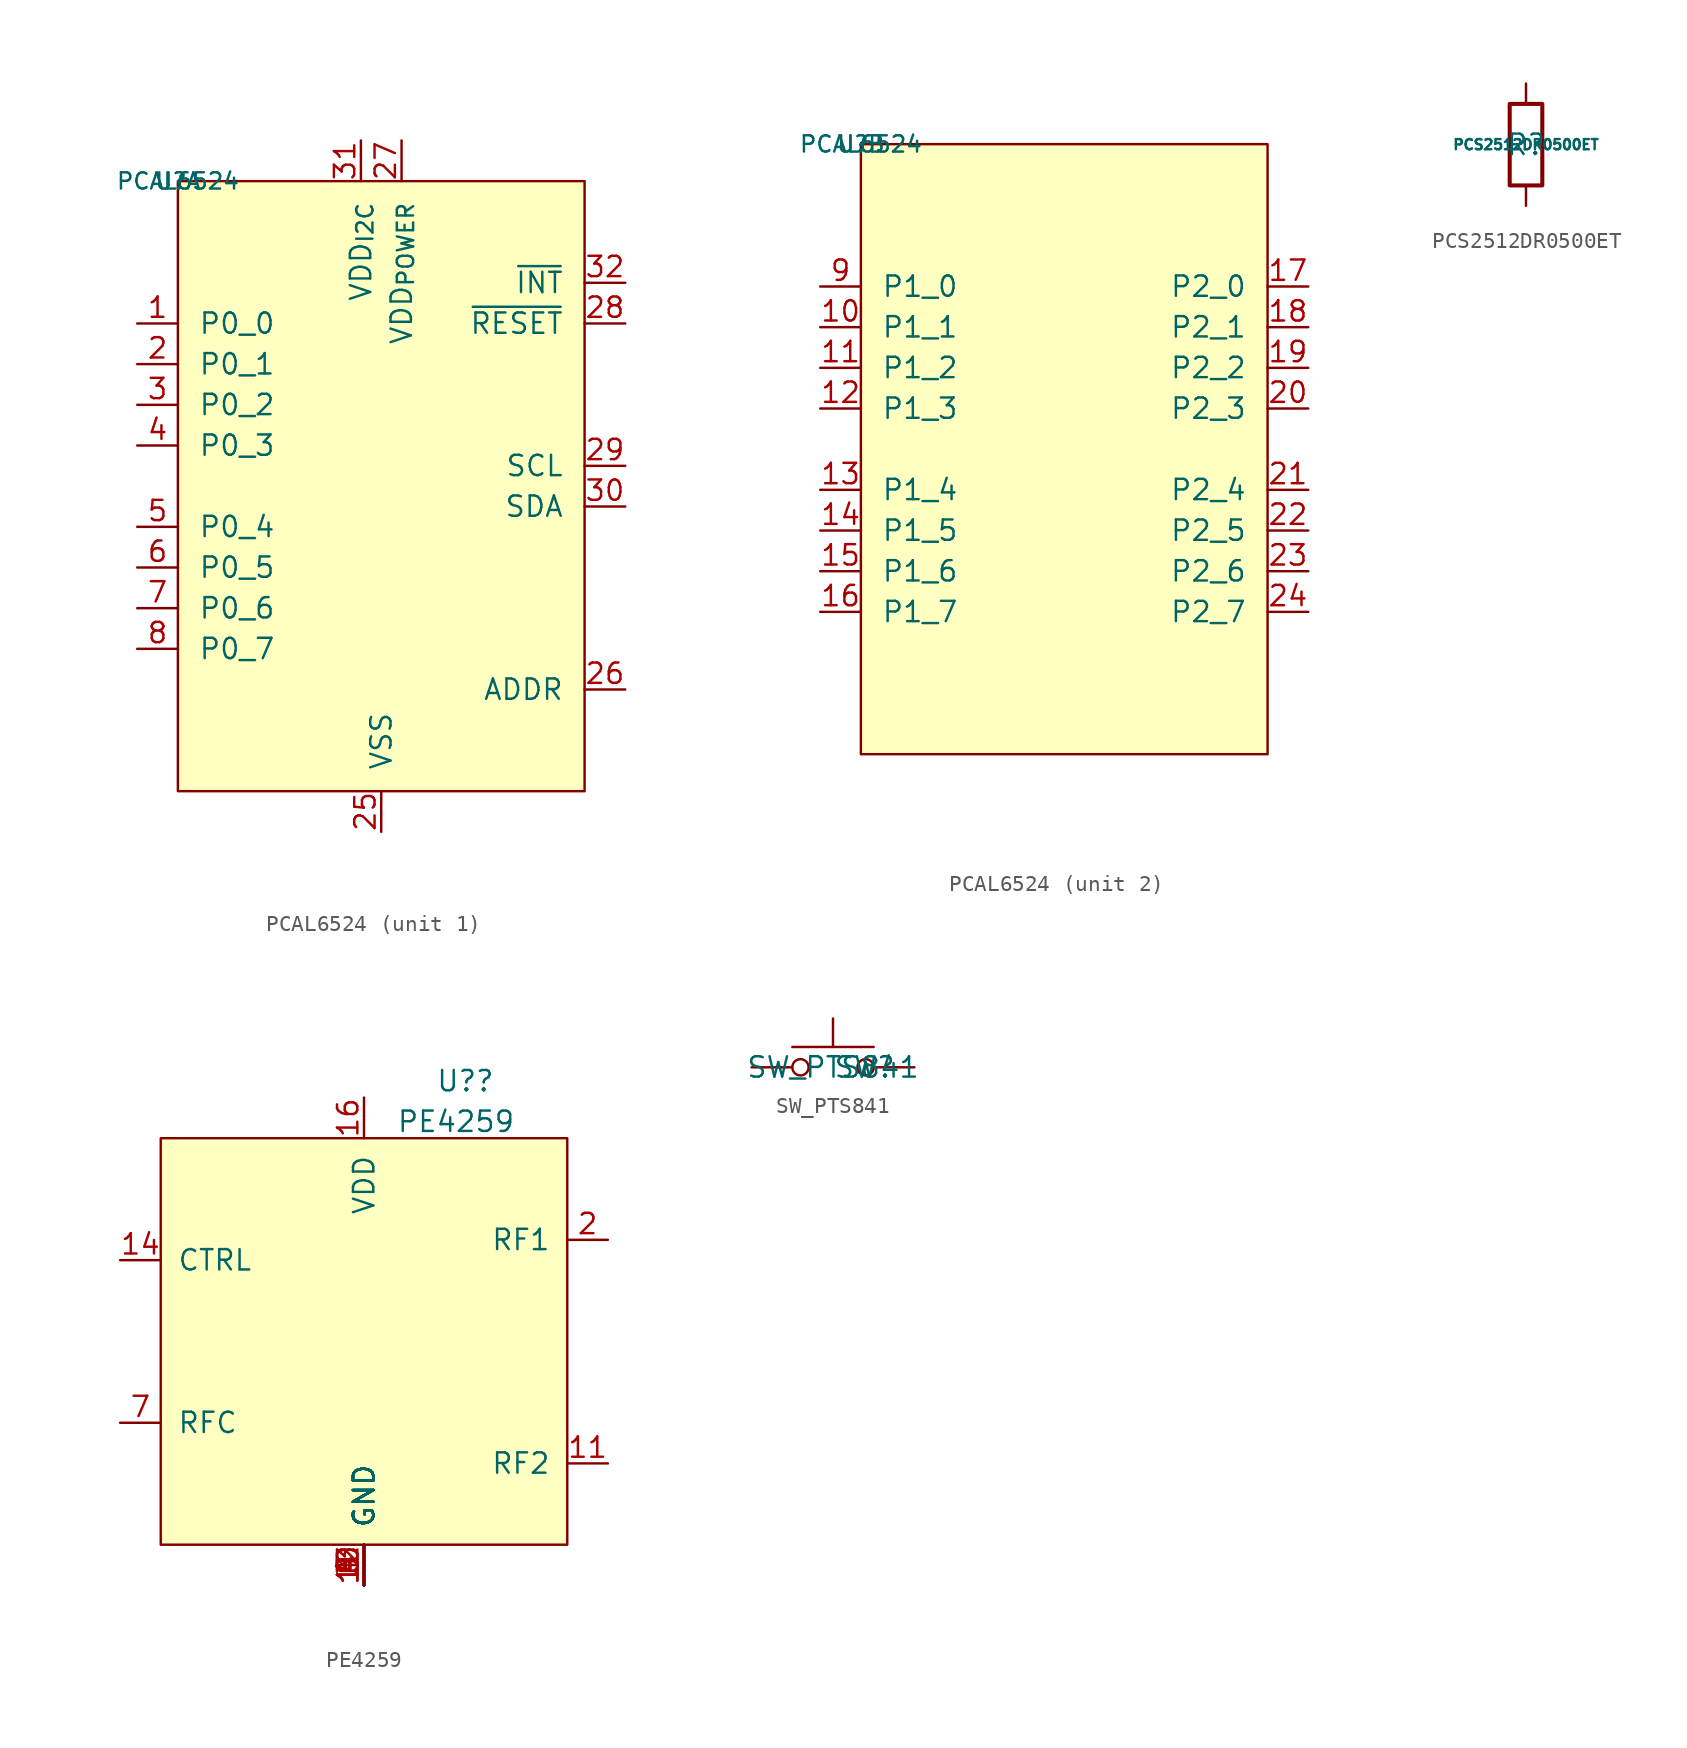
<source format=kicad_sym>
(kicad_symbol_lib
  (version 20211014)
  (generator kicad_symbol_editor)
  (symbol "PCAL6524"
    (pin_names
      (offset 1.27))
    (property "Reference" "U"
      (at 0 0 0)
      (effects (font (size 1.016 1.016))))
    (property "Value" "PCAL6524"
      (at 0 0 0)
      (effects (font (size 1.016 1.016))))
    (property "ki_locked" ""
      (at 0 0 0)
      (effects (font (size 1.27 1.27))))
    (symbol "PCAL6524_0_0"
      (pin bidirectional line (at 12.7 -40.64 90) (length 2.54) hide (name "VSS" (effects (font (size 1.27 1.27)))) (number "EPAD" (effects (font (size 1.27 1.27))))))
    (symbol "PCAL6524_0_1"
      (rectangle (start 0 0) (end 25.4 -38.1) (stroke (width 0) (type default) (color 0 0 0 0)) (fill (type background))))
    (symbol "PCAL6524_1_1"
      (pin bidirectional line (at -2.54 -8.89 0) (length 2.54) (name "P0_0" (effects (font (size 1.27 1.27)))) (number "1" (effects (font (size 1.27 1.27)))))
      (pin bidirectional line (at -2.54 -11.43 0) (length 2.54) (name "P0_1" (effects (font (size 1.27 1.27)))) (number "2" (effects (font (size 1.27 1.27)))))
      (pin power_in line (at 12.7 -40.64 90) (length 2.54) (name "VSS" (effects (font (size 1.27 1.27)))) (number "25" (effects (font (size 1.27 1.27)))))
      (pin passive line (at 27.94 -31.75 180) (length 2.54) (name "ADDR" (effects (font (size 1.27 1.27)))) (number "26" (effects (font (size 1.27 1.27)))))
      (pin power_in line (at 13.97 2.54 270) (length 2.54) (name "VDD_{POWER}" (effects (font (size 1.27 1.27)))) (number "27" (effects (font (size 1.27 1.27)))))
      (pin input line (at 27.94 -8.89 180) (length 2.54) (name "~{RESET}" (effects (font (size 1.27 1.27)))) (number "28" (effects (font (size 1.27 1.27)))))
      (pin input line (at 27.94 -17.78 180) (length 2.54) (name "SCL" (effects (font (size 1.27 1.27)))) (number "29" (effects (font (size 1.27 1.27)))))
      (pin bidirectional line (at -2.54 -13.97 0) (length 2.54) (name "P0_2" (effects (font (size 1.27 1.27)))) (number "3" (effects (font (size 1.27 1.27)))))
      (pin bidirectional line (at 27.94 -20.32 180) (length 2.54) (name "SDA" (effects (font (size 1.27 1.27)))) (number "30" (effects (font (size 1.27 1.27)))))
      (pin input line (at 11.43 2.54 270) (length 2.54) (name "VDD_{I2C}" (effects (font (size 1.27 1.27)))) (number "31" (effects (font (size 1.27 1.27)))))
      (pin output line (at 27.94 -6.35 180) (length 2.54) (name "~{INT}" (effects (font (size 1.27 1.27)))) (number "32" (effects (font (size 1.27 1.27)))))
      (pin bidirectional line (at -2.54 -16.51 0) (length 2.54) (name "P0_3" (effects (font (size 1.27 1.27)))) (number "4" (effects (font (size 1.27 1.27)))))
      (pin bidirectional line (at -2.54 -21.59 0) (length 2.54) (name "P0_4" (effects (font (size 1.27 1.27)))) (number "5" (effects (font (size 1.27 1.27)))))
      (pin bidirectional line (at -2.54 -24.13 0) (length 2.54) (name "P0_5" (effects (font (size 1.27 1.27)))) (number "6" (effects (font (size 1.27 1.27)))))
      (pin bidirectional line (at -2.54 -26.67 0) (length 2.54) (name "P0_6" (effects (font (size 1.27 1.27)))) (number "7" (effects (font (size 1.27 1.27)))))
      (pin bidirectional line (at -2.54 -29.21 0) (length 2.54) (name "P0_7" (effects (font (size 1.27 1.27)))) (number "8" (effects (font (size 1.27 1.27))))))
    (symbol "PCAL6524_2_1"
      (pin bidirectional line (at -2.54 -11.43 0) (length 2.54) (name "P1_1" (effects (font (size 1.27 1.27)))) (number "10" (effects (font (size 1.27 1.27)))))
      (pin bidirectional line (at -2.54 -13.97 0) (length 2.54) (name "P1_2" (effects (font (size 1.27 1.27)))) (number "11" (effects (font (size 1.27 1.27)))))
      (pin bidirectional line (at -2.54 -16.51 0) (length 2.54) (name "P1_3" (effects (font (size 1.27 1.27)))) (number "12" (effects (font (size 1.27 1.27)))))
      (pin bidirectional line (at -2.54 -21.59 0) (length 2.54) (name "P1_4" (effects (font (size 1.27 1.27)))) (number "13" (effects (font (size 1.27 1.27)))))
      (pin bidirectional line (at -2.54 -24.13 0) (length 2.54) (name "P1_5" (effects (font (size 1.27 1.27)))) (number "14" (effects (font (size 1.27 1.27)))))
      (pin bidirectional line (at -2.54 -26.67 0) (length 2.54) (name "P1_6" (effects (font (size 1.27 1.27)))) (number "15" (effects (font (size 1.27 1.27)))))
      (pin bidirectional line (at -2.54 -29.21 0) (length 2.54) (name "P1_7" (effects (font (size 1.27 1.27)))) (number "16" (effects (font (size 1.27 1.27)))))
      (pin bidirectional line (at 27.94 -8.89 180) (length 2.54) (name "P2_0" (effects (font (size 1.27 1.27)))) (number "17" (effects (font (size 1.27 1.27)))))
      (pin bidirectional line (at 27.94 -11.43 180) (length 2.54) (name "P2_1" (effects (font (size 1.27 1.27)))) (number "18" (effects (font (size 1.27 1.27)))))
      (pin bidirectional line (at 27.94 -13.97 180) (length 2.54) (name "P2_2" (effects (font (size 1.27 1.27)))) (number "19" (effects (font (size 1.27 1.27)))))
      (pin bidirectional line (at 27.94 -16.51 180) (length 2.54) (name "P2_3" (effects (font (size 1.27 1.27)))) (number "20" (effects (font (size 1.27 1.27)))))
      (pin bidirectional line (at 27.94 -21.59 180) (length 2.54) (name "P2_4" (effects (font (size 1.27 1.27)))) (number "21" (effects (font (size 1.27 1.27)))))
      (pin bidirectional line (at 27.94 -24.13 180) (length 2.54) (name "P2_5" (effects (font (size 1.27 1.27)))) (number "22" (effects (font (size 1.27 1.27)))))
      (pin bidirectional line (at 27.94 -26.67 180) (length 2.54) (name "P2_6" (effects (font (size 1.27 1.27)))) (number "23" (effects (font (size 1.27 1.27)))))
      (pin bidirectional line (at 27.94 -29.21 180) (length 2.54) (name "P2_7" (effects (font (size 1.27 1.27)))) (number "24" (effects (font (size 1.27 1.27)))))
      (pin bidirectional line (at -2.54 -8.89 0) (length 2.54) (name "P1_0" (effects (font (size 1.27 1.27)))) (number "9" (effects (font (size 1.27 1.27)))))))
  (symbol "PCS2512DR0500ET"
    (pin_numbers hide)
    (pin_names
      (offset 1.27))
    (property "Reference" "R"
      (at 0 0 0)
      (effects (font (size 1.27 1.27))))
    (property "Value" "PCS2512DR0500ET"
      (at 0 0 0)
      (effects (font (size 0.635 0.635))))
    (symbol "PCS2512DR0500ET_0_1"
      (rectangle (start -1.016 -2.54) (end 1.016 2.54) (stroke (width 0.254) (type default) (color 0 0 0 0)) (fill (type none))))
    (symbol "PCS2512DR0500ET_1_1"
      (pin passive line (at 0 3.81 270) (length 1.27) (name "~" (effects (font (size 1.27 1.27)))) (number "1" (effects (font (size 1.27 1.27)))))
      (pin passive line (at 0 -3.81 90) (length 1.27) (name "~" (effects (font (size 1.27 1.27)))) (number "2" (effects (font (size 1.27 1.27)))))))
  (symbol "PE4259"
    (pin_names
      (offset 1.016))
    (property "Reference" "U?"
      (at 19.032 -34.527 0)
      (effects (font (size 1.27 1.27))))
    (property "Value" "PE4259"
      (at 14.719 -37.064 0)
      (effects (font (size 1.27 1.27)) (justify left)))
    (symbol "PE4259_0_1"
      (rectangle (start 0 -38.1) (end 25.4 -63.5) (stroke (width 0) (type default) (color 0 0 0 0)) (fill (type background))))
    (symbol "PE4259_1_1"
      (pin power_in line (at 12.7 -66.04 90) (length 2.54) (name "GND" (effects (font (size 1.27 1.27)))) (number "1" (effects (font (size 1.27 1.27)))))
      (pin power_in line (at 12.7 -66.04 90) (length 2.54) (name "GND" (effects (font (size 1.27 1.27)))) (number "10" (effects (font (size 1.27 1.27)))))
      (pin passive line (at 27.94 -58.42 180) (length 2.54) (name "RF2" (effects (font (size 1.27 1.27)))) (number "11" (effects (font (size 1.27 1.27)))))
      (pin power_in line (at 12.7 -66.04 90) (length 2.54) (name "GND" (effects (font (size 1.27 1.27)))) (number "12" (effects (font (size 1.27 1.27)))))
      (pin power_in line (at 12.7 -66.04 90) (length 2.54) (name "GND" (effects (font (size 1.27 1.27)))) (number "13" (effects (font (size 1.27 1.27)))))
      (pin input line (at -2.54 -45.72 0) (length 2.54) (name "CTRL" (effects (font (size 1.27 1.27)))) (number "14" (effects (font (size 1.27 1.27)))))
      (pin power_in line (at 12.7 -35.56 270) (length 2.54) (name "VDD" (effects (font (size 1.27 1.27)))) (number "16" (effects (font (size 1.27 1.27)))))
      (pin power_in line (at 12.7 -66.04 90) (length 2.54) hide (name "GND" (effects (font (size 1.27 1.27)))) (number "17" (effects (font (size 1.27 1.27)))))
      (pin passive line (at 27.94 -44.45 180) (length 2.54) (name "RF1" (effects (font (size 1.27 1.27)))) (number "2" (effects (font (size 1.27 1.27)))))
      (pin power_in line (at 12.7 -66.04 90) (length 2.54) (name "GND" (effects (font (size 1.27 1.27)))) (number "3" (effects (font (size 1.27 1.27)))))
      (pin power_in line (at 12.7 -66.04 90) (length 2.54) (name "GND" (effects (font (size 1.27 1.27)))) (number "4" (effects (font (size 1.27 1.27)))))
      (pin power_in line (at 12.7 -66.04 90) (length 2.54) (name "GND" (effects (font (size 1.27 1.27)))) (number "5" (effects (font (size 1.27 1.27)))))
      (pin power_in line (at 12.7 -66.04 90) (length 2.54) (name "GND" (effects (font (size 1.27 1.27)))) (number "6" (effects (font (size 1.27 1.27)))))
      (pin passive line (at -2.54 -55.88 0) (length 2.54) (name "RFC" (effects (font (size 1.27 1.27)))) (number "7" (effects (font (size 1.27 1.27)))))
      (pin power_in line (at 12.7 -66.04 90) (length 2.54) (name "GND" (effects (font (size 1.27 1.27)))) (number "8" (effects (font (size 1.27 1.27)))))
      (pin power_in line (at 12.7 -66.04 90) (length 2.54) (name "GND" (effects (font (size 1.27 1.27)))) (number "9" (effects (font (size 1.27 1.27)))))))
  (symbol "SW_PTS841"
    (pin_numbers hide)
    (pin_names
      (offset 1.016) hide)
    (property "Reference" "SW"
      (at 0 0 0)
      (effects (font (size 1.27 1.27)) (justify left)))
    (property "Value" "SW_PTS841"
      (at 0 0 0)
      (effects (font (size 1.27 1.27))))
    (symbol "SW_PTS841_0_1"
      (circle (center -2.032 0) (radius 0.508) (stroke (width 0) (type default) (color 0 0 0 0)) (fill (type none)))
      (polyline (pts (xy 0 1.27) (xy 0 3.048)) (stroke (width 0) (type default) (color 0 0 0 0)) (fill (type none)))
      (polyline (pts (xy 2.54 1.27) (xy -2.54 1.27)) (stroke (width 0) (type default) (color 0 0 0 0)) (fill (type none)))
      (circle (center 2.032 0) (radius 0.508) (stroke (width 0) (type default) (color 0 0 0 0)) (fill (type none)))
      (pin passive line (at -5.08 0 0) (length 2.54) (name "1" (effects (font (size 1.27 1.27)))) (number "1" (effects (font (size 1.27 1.27)))))
      (pin passive line (at 5.08 0 180) (length 2.54) (name "2" (effects (font (size 1.27 1.27)))) (number "2" (effects (font (size 1.27 1.27))))))))
</source>
